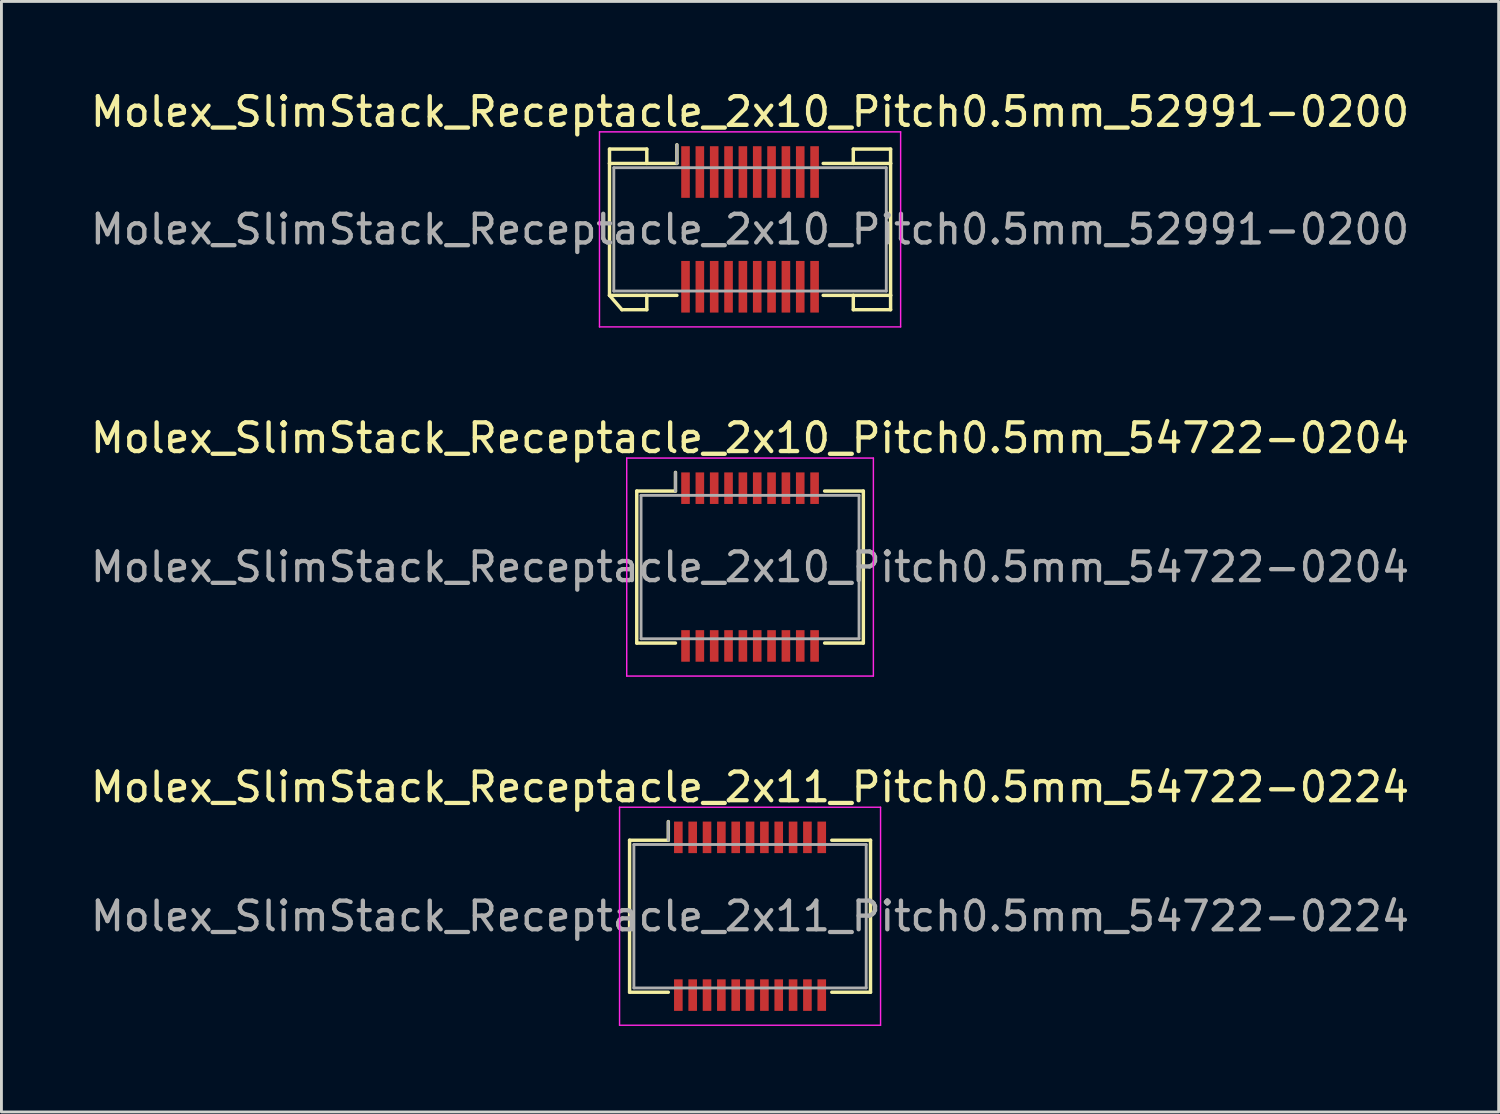
<source format=kicad_pcb>
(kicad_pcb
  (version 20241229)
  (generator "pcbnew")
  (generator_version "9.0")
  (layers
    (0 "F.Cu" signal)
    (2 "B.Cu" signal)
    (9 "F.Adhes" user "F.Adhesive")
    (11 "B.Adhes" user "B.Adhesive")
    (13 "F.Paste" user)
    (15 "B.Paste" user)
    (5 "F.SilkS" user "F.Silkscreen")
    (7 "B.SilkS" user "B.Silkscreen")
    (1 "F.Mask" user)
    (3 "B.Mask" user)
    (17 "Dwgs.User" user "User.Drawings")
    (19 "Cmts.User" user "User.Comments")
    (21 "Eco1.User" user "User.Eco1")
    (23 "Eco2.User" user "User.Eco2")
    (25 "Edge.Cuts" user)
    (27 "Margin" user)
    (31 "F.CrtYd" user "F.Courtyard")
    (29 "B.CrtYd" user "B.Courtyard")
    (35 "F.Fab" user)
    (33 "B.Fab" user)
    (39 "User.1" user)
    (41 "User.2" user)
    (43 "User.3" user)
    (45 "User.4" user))
  (footprint "Molex_SlimStack_Receptacle_2x10_Pitch0.5mm_54722-0204"
    (layer "F.Cu")
    (at 23.101 16.721)
    (property "Reference" "Molex_SlimStack_Receptacle_2x10_Pitch0.5mm_54722-0204" (at 0 -4.5 0) (layer "F.SilkS") (effects (font (size 1 1) (thickness 0.15))))
    (attr smd)
    (fp_line (start -3.95 -2.65) (end -2.6 -2.65) (stroke (width 0.12) (type solid)) (layer "F.SilkS"))
    (fp_line (start -3.95 2.65) (end -3.95 -2.65) (stroke (width 0.12) (type solid)) (layer "F.SilkS"))
    (fp_line (start -2.6 -2.65) (end -2.6 -3.3) (stroke (width 0.12) (type solid)) (layer "F.SilkS"))
    (fp_line (start -2.6 2.65) (end -3.95 2.65) (stroke (width 0.12) (type solid)) (layer "F.SilkS"))
    (fp_line (start 2.6 2.65) (end 3.95 2.65) (stroke (width 0.12) (type solid)) (layer "F.SilkS"))
    (fp_line (start 3.95 -2.65) (end 2.6 -2.65) (stroke (width 0.12) (type solid)) (layer "F.SilkS"))
    (fp_line (start 3.95 2.65) (end 3.95 -2.65) (stroke (width 0.12) (type solid)) (layer "F.SilkS"))
    (fp_line (start -4.3 -3.8) (end -4.3 3.8) (stroke (width 0.05) (type solid)) (layer "F.CrtYd"))
    (fp_line (start -4.3 3.8) (end 4.3 3.8) (stroke (width 0.05) (type solid)) (layer "F.CrtYd"))
    (fp_line (start 4.3 -3.8) (end -4.3 -3.8) (stroke (width 0.05) (type solid)) (layer "F.CrtYd"))
    (fp_line (start 4.3 3.8) (end 4.3 -3.8) (stroke (width 0.05) (type solid)) (layer "F.CrtYd"))
    (fp_line (start -3.8 -2.5) (end -3.8 2.5) (stroke (width 0.1) (type solid)) (layer "F.Fab"))
    (fp_line (start -3.8 2.5) (end 3.8 2.5) (stroke (width 0.1) (type solid)) (layer "F.Fab"))
    (fp_line (start -2.6 -2.65) (end -2.6 -3.3) (stroke (width 0.1) (type solid)) (layer "F.Fab"))
    (fp_line (start 3.8 -2.5) (end -3.8 -2.5) (stroke (width 0.1) (type solid)) (layer "F.Fab"))
    (fp_line (start 3.8 2.5) (end 3.8 -2.5) (stroke (width 0.1) (type solid)) (layer "F.Fab"))
    (fp_text user "${REFERENCE}" (at 0 0 0) (layer "F.Fab") (effects (font (size 1 1) (thickness 0.15))))
    (pad "1" smd rect (at -2.25 -2.75) (size 0.3 1.1) (layers "F.Cu" "F.Mask" "F.Paste"))
    (pad "2" smd rect (at -2.25 2.75) (size 0.3 1.1) (layers "F.Cu" "F.Mask" "F.Paste"))
    (pad "3" smd rect (at -1.75 -2.75) (size 0.3 1.1) (layers "F.Cu" "F.Mask" "F.Paste"))
    (pad "4" smd rect (at -1.75 2.75) (size 0.3 1.1) (layers "F.Cu" "F.Mask" "F.Paste"))
    (pad "5" smd rect (at -1.25 -2.75) (size 0.3 1.1) (layers "F.Cu" "F.Mask" "F.Paste"))
    (pad "6" smd rect (at -1.25 2.75) (size 0.3 1.1) (layers "F.Cu" "F.Mask" "F.Paste"))
    (pad "7" smd rect (at -0.75 -2.75) (size 0.3 1.1) (layers "F.Cu" "F.Mask" "F.Paste"))
    (pad "8" smd rect (at -0.75 2.75) (size 0.3 1.1) (layers "F.Cu" "F.Mask" "F.Paste"))
    (pad "9" smd rect (at -0.25 -2.75) (size 0.3 1.1) (layers "F.Cu" "F.Mask" "F.Paste"))
    (pad "10" smd rect (at -0.25 2.75) (size 0.3 1.1) (layers "F.Cu" "F.Mask" "F.Paste"))
    (pad "11" smd rect (at 0.25 -2.75) (size 0.3 1.1) (layers "F.Cu" "F.Mask" "F.Paste"))
    (pad "12" smd rect (at 0.25 2.75) (size 0.3 1.1) (layers "F.Cu" "F.Mask" "F.Paste"))
    (pad "13" smd rect (at 0.75 -2.75) (size 0.3 1.1) (layers "F.Cu" "F.Mask" "F.Paste"))
    (pad "14" smd rect (at 0.75 2.75) (size 0.3 1.1) (layers "F.Cu" "F.Mask" "F.Paste"))
    (pad "15" smd rect (at 1.25 -2.75) (size 0.3 1.1) (layers "F.Cu" "F.Mask" "F.Paste"))
    (pad "16" smd rect (at 1.25 2.75) (size 0.3 1.1) (layers "F.Cu" "F.Mask" "F.Paste"))
    (pad "17" smd rect (at 1.75 -2.75) (size 0.3 1.1) (layers "F.Cu" "F.Mask" "F.Paste"))
    (pad "18" smd rect (at 1.75 2.75) (size 0.3 1.1) (layers "F.Cu" "F.Mask" "F.Paste"))
    (pad "19" smd rect (at 2.25 -2.75) (size 0.3 1.1) (layers "F.Cu" "F.Mask" "F.Paste"))
    (pad "20" smd rect (at 2.25 2.75) (size 0.3 1.1) (layers "F.Cu" "F.Mask" "F.Paste")))
  (footprint "Molex_SlimStack_Receptacle_2x10_Pitch0.5mm_52991-0200"
    (layer "F.Cu")
    (at 23.101 4.948)
    (property "Reference" "Molex_SlimStack_Receptacle_2x10_Pitch0.5mm_52991-0200" (at 0 -4.1 0) (layer "F.SilkS") (effects (font (size 1 1) (thickness 0.15))))
    (attr smd)
    (fp_line (start -4.9 -2.8) (end -3.6 -2.8) (stroke (width 0.12) (type solid)) (layer "F.SilkS"))
    (fp_line (start -4.9 -2.3) (end -4.9 -2.8) (stroke (width 0.12) (type solid)) (layer "F.SilkS"))
    (fp_line (start -4.9 -2.3) (end -2.55 -2.3) (stroke (width 0.12) (type solid)) (layer "F.SilkS"))
    (fp_line (start -4.9 2.3) (end -4.9 -2.3) (stroke (width 0.12) (type solid)) (layer "F.SilkS"))
    (fp_line (start -4.9 2.3) (end -4.467 2.8) (stroke (width 0.12) (type solid)) (layer "F.SilkS"))
    (fp_line (start -4.467 2.8) (end -3.6 2.8) (stroke (width 0.12) (type solid)) (layer "F.SilkS"))
    (fp_line (start -3.6 -2.8) (end -3.6 -2.3) (stroke (width 0.12) (type solid)) (layer "F.SilkS"))
    (fp_line (start -3.6 2.8) (end -3.6 2.3) (stroke (width 0.12) (type solid)) (layer "F.SilkS"))
    (fp_line (start -2.55 -2.3) (end -2.55 -2.95) (stroke (width 0.12) (type solid)) (layer "F.SilkS"))
    (fp_line (start -2.55 2.3) (end -4.9 2.3) (stroke (width 0.12) (type solid)) (layer "F.SilkS"))
    (fp_line (start 2.55 2.3) (end 4.9 2.3) (stroke (width 0.12) (type solid)) (layer "F.SilkS"))
    (fp_line (start 3.6 -2.8) (end 3.6 -2.3) (stroke (width 0.12) (type solid)) (layer "F.SilkS"))
    (fp_line (start 3.6 2.8) (end 3.6 2.3) (stroke (width 0.12) (type solid)) (layer "F.SilkS"))
    (fp_line (start 4.9 -2.8) (end 3.6 -2.8) (stroke (width 0.12) (type solid)) (layer "F.SilkS"))
    (fp_line (start 4.9 -2.3) (end 2.55 -2.3) (stroke (width 0.12) (type solid)) (layer "F.SilkS"))
    (fp_line (start 4.9 -2.3) (end 4.9 -2.8) (stroke (width 0.12) (type solid)) (layer "F.SilkS"))
    (fp_line (start 4.9 2.3) (end 4.9 -2.3) (stroke (width 0.12) (type solid)) (layer "F.SilkS"))
    (fp_line (start 4.9 2.3) (end 4.9 2.8) (stroke (width 0.12) (type solid)) (layer "F.SilkS"))
    (fp_line (start 4.9 2.8) (end 3.6 2.8) (stroke (width 0.12) (type solid)) (layer "F.SilkS"))
    (fp_line (start -5.25 -3.4) (end -5.25 3.4) (stroke (width 0.05) (type solid)) (layer "F.CrtYd"))
    (fp_line (start -5.25 3.4) (end 5.25 3.4) (stroke (width 0.05) (type solid)) (layer "F.CrtYd"))
    (fp_line (start 5.25 -3.4) (end -5.25 -3.4) (stroke (width 0.05) (type solid)) (layer "F.CrtYd"))
    (fp_line (start 5.25 3.4) (end 5.25 -3.4) (stroke (width 0.05) (type solid)) (layer "F.CrtYd"))
    (fp_line (start -4.75 -2.15) (end -4.75 2.15) (stroke (width 0.1) (type solid)) (layer "F.Fab"))
    (fp_line (start -4.75 2.15) (end 4.75 2.15) (stroke (width 0.1) (type solid)) (layer "F.Fab"))
    (fp_line (start -2.55 -2.3) (end -2.55 -2.95) (stroke (width 0.1) (type solid)) (layer "F.Fab"))
    (fp_line (start 4.75 -2.15) (end -4.75 -2.15) (stroke (width 0.1) (type solid)) (layer "F.Fab"))
    (fp_line (start 4.75 2.15) (end 4.75 -2.15) (stroke (width 0.1) (type solid)) (layer "F.Fab"))
    (fp_text user "${REFERENCE}" (at 0 0 0) (layer "F.Fab") (effects (font (size 1 1) (thickness 0.15))))
    (pad "1" smd rect (at -2.25 -2) (size 0.3 1.8) (layers "F.Cu" "F.Mask" "F.Paste"))
    (pad "2" smd rect (at -2.25 2) (size 0.3 1.8) (layers "F.Cu" "F.Mask" "F.Paste"))
    (pad "3" smd rect (at -1.75 -2) (size 0.3 1.8) (layers "F.Cu" "F.Mask" "F.Paste"))
    (pad "4" smd rect (at -1.75 2) (size 0.3 1.8) (layers "F.Cu" "F.Mask" "F.Paste"))
    (pad "5" smd rect (at -1.25 -2) (size 0.3 1.8) (layers "F.Cu" "F.Mask" "F.Paste"))
    (pad "6" smd rect (at -1.25 2) (size 0.3 1.8) (layers "F.Cu" "F.Mask" "F.Paste"))
    (pad "7" smd rect (at -0.75 -2) (size 0.3 1.8) (layers "F.Cu" "F.Mask" "F.Paste"))
    (pad "8" smd rect (at -0.75 2) (size 0.3 1.8) (layers "F.Cu" "F.Mask" "F.Paste"))
    (pad "9" smd rect (at -0.25 -2) (size 0.3 1.8) (layers "F.Cu" "F.Mask" "F.Paste"))
    (pad "10" smd rect (at -0.25 2) (size 0.3 1.8) (layers "F.Cu" "F.Mask" "F.Paste"))
    (pad "11" smd rect (at 0.25 -2) (size 0.3 1.8) (layers "F.Cu" "F.Mask" "F.Paste"))
    (pad "12" smd rect (at 0.25 2) (size 0.3 1.8) (layers "F.Cu" "F.Mask" "F.Paste"))
    (pad "13" smd rect (at 0.75 -2) (size 0.3 1.8) (layers "F.Cu" "F.Mask" "F.Paste"))
    (pad "14" smd rect (at 0.75 2) (size 0.3 1.8) (layers "F.Cu" "F.Mask" "F.Paste"))
    (pad "15" smd rect (at 1.25 -2) (size 0.3 1.8) (layers "F.Cu" "F.Mask" "F.Paste"))
    (pad "16" smd rect (at 1.25 2) (size 0.3 1.8) (layers "F.Cu" "F.Mask" "F.Paste"))
    (pad "17" smd rect (at 1.75 -2) (size 0.3 1.8) (layers "F.Cu" "F.Mask" "F.Paste"))
    (pad "18" smd rect (at 1.75 2) (size 0.3 1.8) (layers "F.Cu" "F.Mask" "F.Paste"))
    (pad "19" smd rect (at 2.25 -2) (size 0.3 1.8) (layers "F.Cu" "F.Mask" "F.Paste"))
    (pad "20" smd rect (at 2.25 2) (size 0.3 1.8) (layers "F.Cu" "F.Mask" "F.Paste")))
  (footprint "Molex_SlimStack_Receptacle_2x11_Pitch0.5mm_54722-0224"
    (layer "F.Cu")
    (at 23.101 28.895)
    (property "Reference" "Molex_SlimStack_Receptacle_2x11_Pitch0.5mm_54722-0224" (at 0 -4.5 0) (layer "F.SilkS") (effects (font (size 1 1) (thickness 0.15))))
    (attr smd)
    (fp_line (start -4.2 -2.65) (end -2.85 -2.65) (stroke (width 0.12) (type solid)) (layer "F.SilkS"))
    (fp_line (start -4.2 2.65) (end -4.2 -2.65) (stroke (width 0.12) (type solid)) (layer "F.SilkS"))
    (fp_line (start -2.85 -2.65) (end -2.85 -3.3) (stroke (width 0.12) (type solid)) (layer "F.SilkS"))
    (fp_line (start -2.85 2.65) (end -4.2 2.65) (stroke (width 0.12) (type solid)) (layer "F.SilkS"))
    (fp_line (start 2.85 2.65) (end 4.2 2.65) (stroke (width 0.12) (type solid)) (layer "F.SilkS"))
    (fp_line (start 4.2 -2.65) (end 2.85 -2.65) (stroke (width 0.12) (type solid)) (layer "F.SilkS"))
    (fp_line (start 4.2 2.65) (end 4.2 -2.65) (stroke (width 0.12) (type solid)) (layer "F.SilkS"))
    (fp_line (start -4.55 -3.8) (end -4.55 3.8) (stroke (width 0.05) (type solid)) (layer "F.CrtYd"))
    (fp_line (start -4.55 3.8) (end 4.55 3.8) (stroke (width 0.05) (type solid)) (layer "F.CrtYd"))
    (fp_line (start 4.55 -3.8) (end -4.55 -3.8) (stroke (width 0.05) (type solid)) (layer "F.CrtYd"))
    (fp_line (start 4.55 3.8) (end 4.55 -3.8) (stroke (width 0.05) (type solid)) (layer "F.CrtYd"))
    (fp_line (start -4.05 -2.5) (end -4.05 2.5) (stroke (width 0.1) (type solid)) (layer "F.Fab"))
    (fp_line (start -4.05 2.5) (end 4.05 2.5) (stroke (width 0.1) (type solid)) (layer "F.Fab"))
    (fp_line (start -2.85 -2.65) (end -2.85 -3.3) (stroke (width 0.1) (type solid)) (layer "F.Fab"))
    (fp_line (start 4.05 -2.5) (end -4.05 -2.5) (stroke (width 0.1) (type solid)) (layer "F.Fab"))
    (fp_line (start 4.05 2.5) (end 4.05 -2.5) (stroke (width 0.1) (type solid)) (layer "F.Fab"))
    (fp_text user "${REFERENCE}" (at 0 0 0) (layer "F.Fab") (effects (font (size 1 1) (thickness 0.15))))
    (pad "1" smd rect (at -2.5 -2.75) (size 0.3 1.1) (layers "F.Cu" "F.Mask" "F.Paste"))
    (pad "2" smd rect (at -2.5 2.75) (size 0.3 1.1) (layers "F.Cu" "F.Mask" "F.Paste"))
    (pad "3" smd rect (at -2 -2.75) (size 0.3 1.1) (layers "F.Cu" "F.Mask" "F.Paste"))
    (pad "4" smd rect (at -2 2.75) (size 0.3 1.1) (layers "F.Cu" "F.Mask" "F.Paste"))
    (pad "5" smd rect (at -1.5 -2.75) (size 0.3 1.1) (layers "F.Cu" "F.Mask" "F.Paste"))
    (pad "6" smd rect (at -1.5 2.75) (size 0.3 1.1) (layers "F.Cu" "F.Mask" "F.Paste"))
    (pad "7" smd rect (at -1 -2.75) (size 0.3 1.1) (layers "F.Cu" "F.Mask" "F.Paste"))
    (pad "8" smd rect (at -1 2.75) (size 0.3 1.1) (layers "F.Cu" "F.Mask" "F.Paste"))
    (pad "9" smd rect (at -0.5 -2.75) (size 0.3 1.1) (layers "F.Cu" "F.Mask" "F.Paste"))
    (pad "10" smd rect (at -0.5 2.75) (size 0.3 1.1) (layers "F.Cu" "F.Mask" "F.Paste"))
    (pad "11" smd rect (at 0 -2.75) (size 0.3 1.1) (layers "F.Cu" "F.Mask" "F.Paste"))
    (pad "12" smd rect (at 0 2.75) (size 0.3 1.1) (layers "F.Cu" "F.Mask" "F.Paste"))
    (pad "13" smd rect (at 0.5 -2.75) (size 0.3 1.1) (layers "F.Cu" "F.Mask" "F.Paste"))
    (pad "14" smd rect (at 0.5 2.75) (size 0.3 1.1) (layers "F.Cu" "F.Mask" "F.Paste"))
    (pad "15" smd rect (at 1 -2.75) (size 0.3 1.1) (layers "F.Cu" "F.Mask" "F.Paste"))
    (pad "16" smd rect (at 1 2.75) (size 0.3 1.1) (layers "F.Cu" "F.Mask" "F.Paste"))
    (pad "17" smd rect (at 1.5 -2.75) (size 0.3 1.1) (layers "F.Cu" "F.Mask" "F.Paste"))
    (pad "18" smd rect (at 1.5 2.75) (size 0.3 1.1) (layers "F.Cu" "F.Mask" "F.Paste"))
    (pad "19" smd rect (at 2 -2.75) (size 0.3 1.1) (layers "F.Cu" "F.Mask" "F.Paste"))
    (pad "20" smd rect (at 2 2.75) (size 0.3 1.1) (layers "F.Cu" "F.Mask" "F.Paste"))
    (pad "21" smd rect (at 2.5 -2.75) (size 0.3 1.1) (layers "F.Cu" "F.Mask" "F.Paste"))
    (pad "22" smd rect (at 2.5 2.75) (size 0.3 1.1) (layers "F.Cu" "F.Mask" "F.Paste")))
  (gr_rect
    (start -3 -3)
    (end 49.202 35.72)
    (stroke (width 0.1) (type default))
    (fill no)
    (layer "Edge.Cuts")))
</source>
